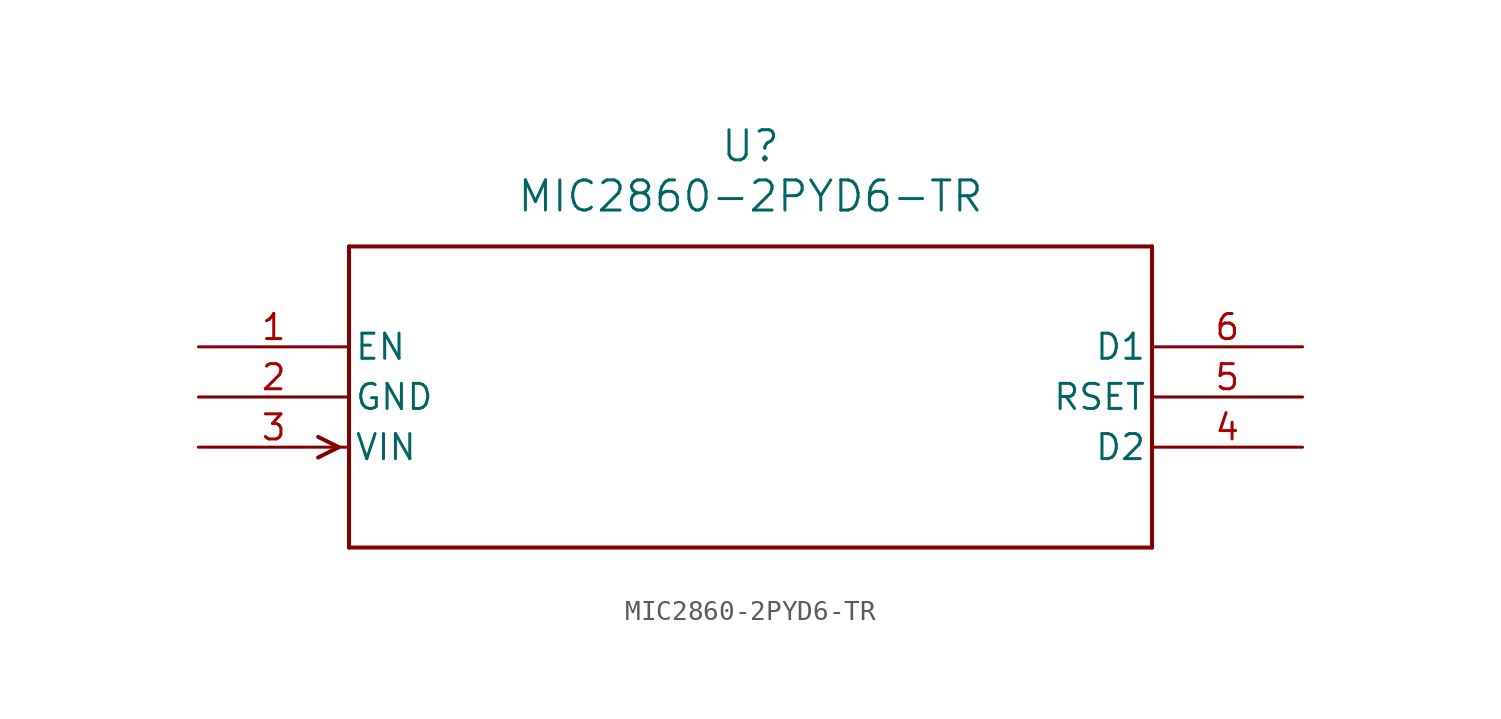
<source format=kicad_sym>
(kicad_symbol_lib
  (version 20211014)
  (generator kicad_symbol_editor)
  (symbol "MIC2860-2PYD6-TR"
    (pin_names
      (offset 0.254))
    (property "Reference" "U"
      (at 27.94 10.16 0)
      (effects (font (size 1.524 1.524))))
    (property "Value" "MIC2860-2PYD6-TR"
      (at 27.94 7.62 0)
      (effects (font (size 1.524 1.524))))
    (symbol "MIC2860-2PYD6-TR_0_1"
      (polyline (pts (xy 7.099 -5.08) (xy 6.058 -4.559)) (stroke (width 0.203) (type default) (color 0 0 0 0)) (fill (type none)))
      (polyline (pts (xy 7.099 -5.08) (xy 6.058 -5.601)) (stroke (width 0.203) (type default) (color 0 0 0 0)) (fill (type none)))
      (polyline (pts (xy 7.62 5.08) (xy 7.62 -10.16)) (stroke (width 0.203) (type default) (color 0 0 0 0)) (fill (type none)))
      (polyline (pts (xy 7.62 -10.16) (xy 48.26 -10.16)) (stroke (width 0.203) (type default) (color 0 0 0 0)) (fill (type none)))
      (polyline (pts (xy 48.26 -10.16) (xy 48.26 5.08)) (stroke (width 0.203) (type default) (color 0 0 0 0)) (fill (type none)))
      (polyline (pts (xy 48.26 5.08) (xy 7.62 5.08)) (stroke (width 0.203) (type default) (color 0 0 0 0)) (fill (type none)))
      (pin unspecified line (at 0 0 0) (length 7.62) (name "EN" (effects (font (size 1.27 1.27)))) (number "1" (effects (font (size 1.27 1.27)))))
      (pin power_in line (at 0 -2.54 0) (length 7.62) (name "GND" (effects (font (size 1.27 1.27)))) (number "2" (effects (font (size 1.27 1.27)))))
      (pin input line (at 0 -5.08 0) (length 7.62) (name "VIN" (effects (font (size 1.27 1.27)))) (number "3" (effects (font (size 1.27 1.27)))))
      (pin unspecified line (at 55.88 -5.08 180) (length 7.62) (name "D2" (effects (font (size 1.27 1.27)))) (number "4" (effects (font (size 1.27 1.27)))))
      (pin unspecified line (at 55.88 -2.54 180) (length 7.62) (name "RSET" (effects (font (size 1.27 1.27)))) (number "5" (effects (font (size 1.27 1.27)))))
      (pin unspecified line (at 55.88 0 180) (length 7.62) (name "D1" (effects (font (size 1.27 1.27)))) (number "6" (effects (font (size 1.27 1.27))))))))
</source>
